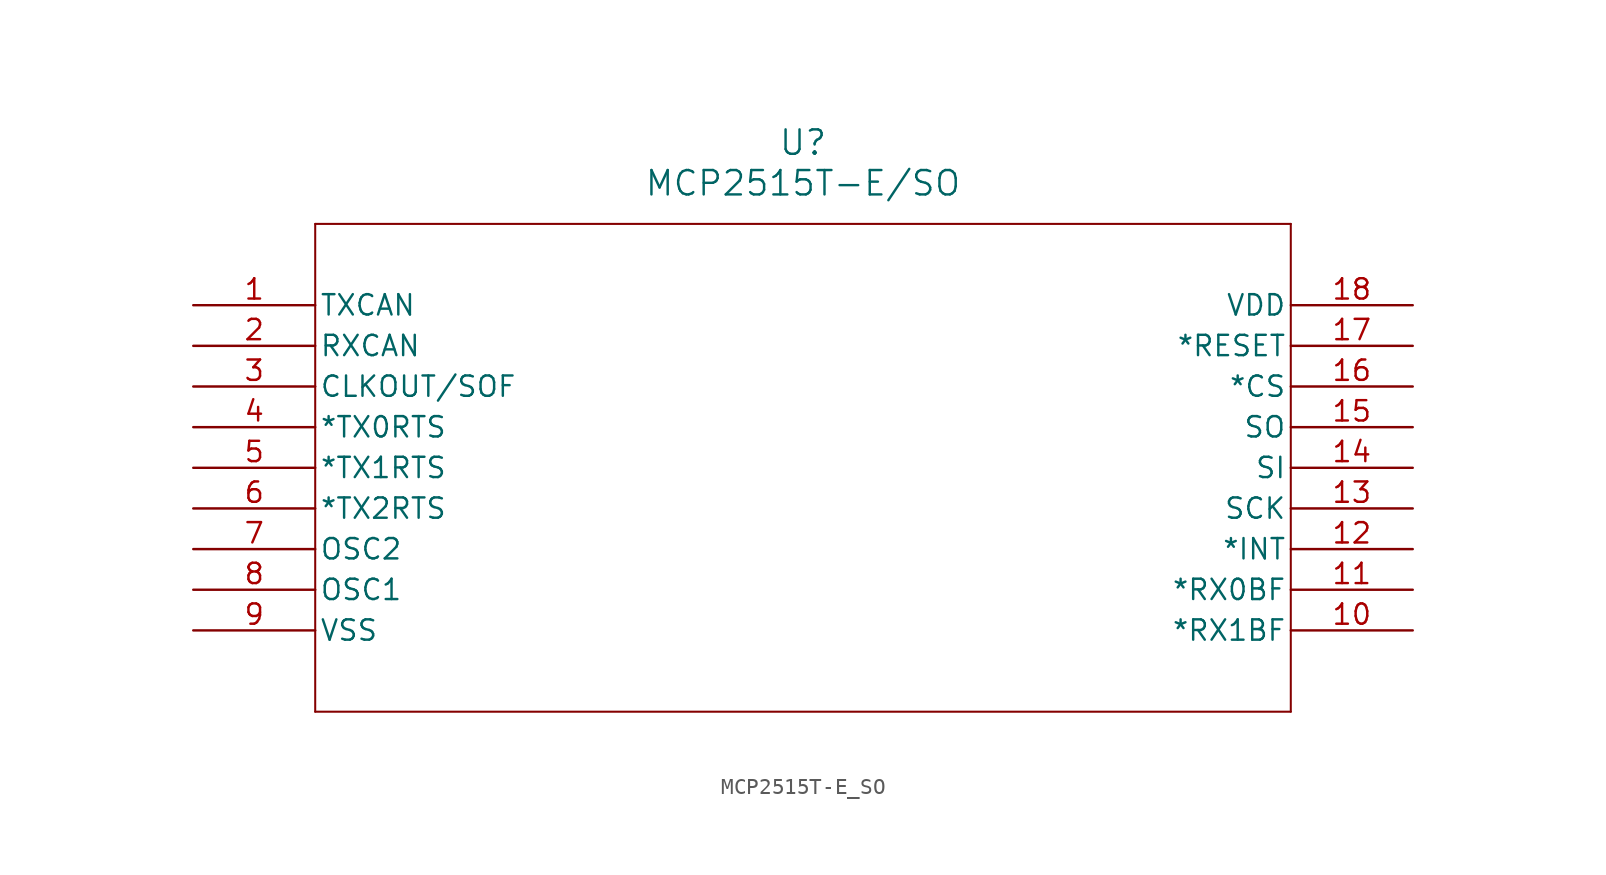
<source format=kicad_sym>
(kicad_symbol_lib
  (version 20211014)
  (generator kicad_symbol_editor)
  (symbol "MCP2515T-E_SO"
    (pin_names
      (offset 0.254))
    (property "Reference" "U"
      (at 38.1 10.16 0)
      (effects (font (size 1.524 1.524))))
    (property "Value" "MCP2515T-E/SO"
      (at 38.1 7.62 0)
      (effects (font (size 1.524 1.524))))
    (symbol "MCP2515T-E_SO_0_1"
      (polyline (pts (xy 7.62 5.08) (xy 7.62 -25.4)) (stroke (width 0.127) (type default) (color 0 0 0 0)) (fill (type none)))
      (polyline (pts (xy 7.62 -25.4) (xy 68.58 -25.4)) (stroke (width 0.127) (type default) (color 0 0 0 0)) (fill (type none)))
      (polyline (pts (xy 68.58 -25.4) (xy 68.58 5.08)) (stroke (width 0.127) (type default) (color 0 0 0 0)) (fill (type none)))
      (polyline (pts (xy 68.58 5.08) (xy 7.62 5.08)) (stroke (width 0.127) (type default) (color 0 0 0 0)) (fill (type none)))
      (pin unspecified line (at 0 0 0) (length 7.62) (name "TXCAN" (effects (font (size 1.27 1.27)))) (number "1" (effects (font (size 1.27 1.27)))))
      (pin unspecified line (at 0 -2.54 0) (length 7.62) (name "RXCAN" (effects (font (size 1.27 1.27)))) (number "2" (effects (font (size 1.27 1.27)))))
      (pin unspecified line (at 0 -5.08 0) (length 7.62) (name "CLKOUT/SOF" (effects (font (size 1.27 1.27)))) (number "3" (effects (font (size 1.27 1.27)))))
      (pin unspecified line (at 0 -7.62 0) (length 7.62) (name "*TX0RTS" (effects (font (size 1.27 1.27)))) (number "4" (effects (font (size 1.27 1.27)))))
      (pin unspecified line (at 0 -10.16 0) (length 7.62) (name "*TX1RTS" (effects (font (size 1.27 1.27)))) (number "5" (effects (font (size 1.27 1.27)))))
      (pin unspecified line (at 0 -12.7 0) (length 7.62) (name "*TX2RTS" (effects (font (size 1.27 1.27)))) (number "6" (effects (font (size 1.27 1.27)))))
      (pin unspecified line (at 0 -15.24 0) (length 7.62) (name "OSC2" (effects (font (size 1.27 1.27)))) (number "7" (effects (font (size 1.27 1.27)))))
      (pin unspecified line (at 0 -17.78 0) (length 7.62) (name "OSC1" (effects (font (size 1.27 1.27)))) (number "8" (effects (font (size 1.27 1.27)))))
      (pin unspecified line (at 0 -20.32 0) (length 7.62) (name "VSS" (effects (font (size 1.27 1.27)))) (number "9" (effects (font (size 1.27 1.27)))))
      (pin unspecified line (at 76.2 -20.32 180) (length 7.62) (name "*RX1BF" (effects (font (size 1.27 1.27)))) (number "10" (effects (font (size 1.27 1.27)))))
      (pin unspecified line (at 76.2 -17.78 180) (length 7.62) (name "*RX0BF" (effects (font (size 1.27 1.27)))) (number "11" (effects (font (size 1.27 1.27)))))
      (pin unspecified line (at 76.2 -15.24 180) (length 7.62) (name "*INT" (effects (font (size 1.27 1.27)))) (number "12" (effects (font (size 1.27 1.27)))))
      (pin unspecified line (at 76.2 -12.7 180) (length 7.62) (name "SCK" (effects (font (size 1.27 1.27)))) (number "13" (effects (font (size 1.27 1.27)))))
      (pin unspecified line (at 76.2 -10.16 180) (length 7.62) (name "SI" (effects (font (size 1.27 1.27)))) (number "14" (effects (font (size 1.27 1.27)))))
      (pin unspecified line (at 76.2 -7.62 180) (length 7.62) (name "SO" (effects (font (size 1.27 1.27)))) (number "15" (effects (font (size 1.27 1.27)))))
      (pin unspecified line (at 76.2 -5.08 180) (length 7.62) (name "*CS" (effects (font (size 1.27 1.27)))) (number "16" (effects (font (size 1.27 1.27)))))
      (pin unspecified line (at 76.2 -2.54 180) (length 7.62) (name "*RESET" (effects (font (size 1.27 1.27)))) (number "17" (effects (font (size 1.27 1.27)))))
      (pin unspecified line (at 76.2 0 180) (length 7.62) (name "VDD" (effects (font (size 1.27 1.27)))) (number "18" (effects (font (size 1.27 1.27))))))))
</source>
